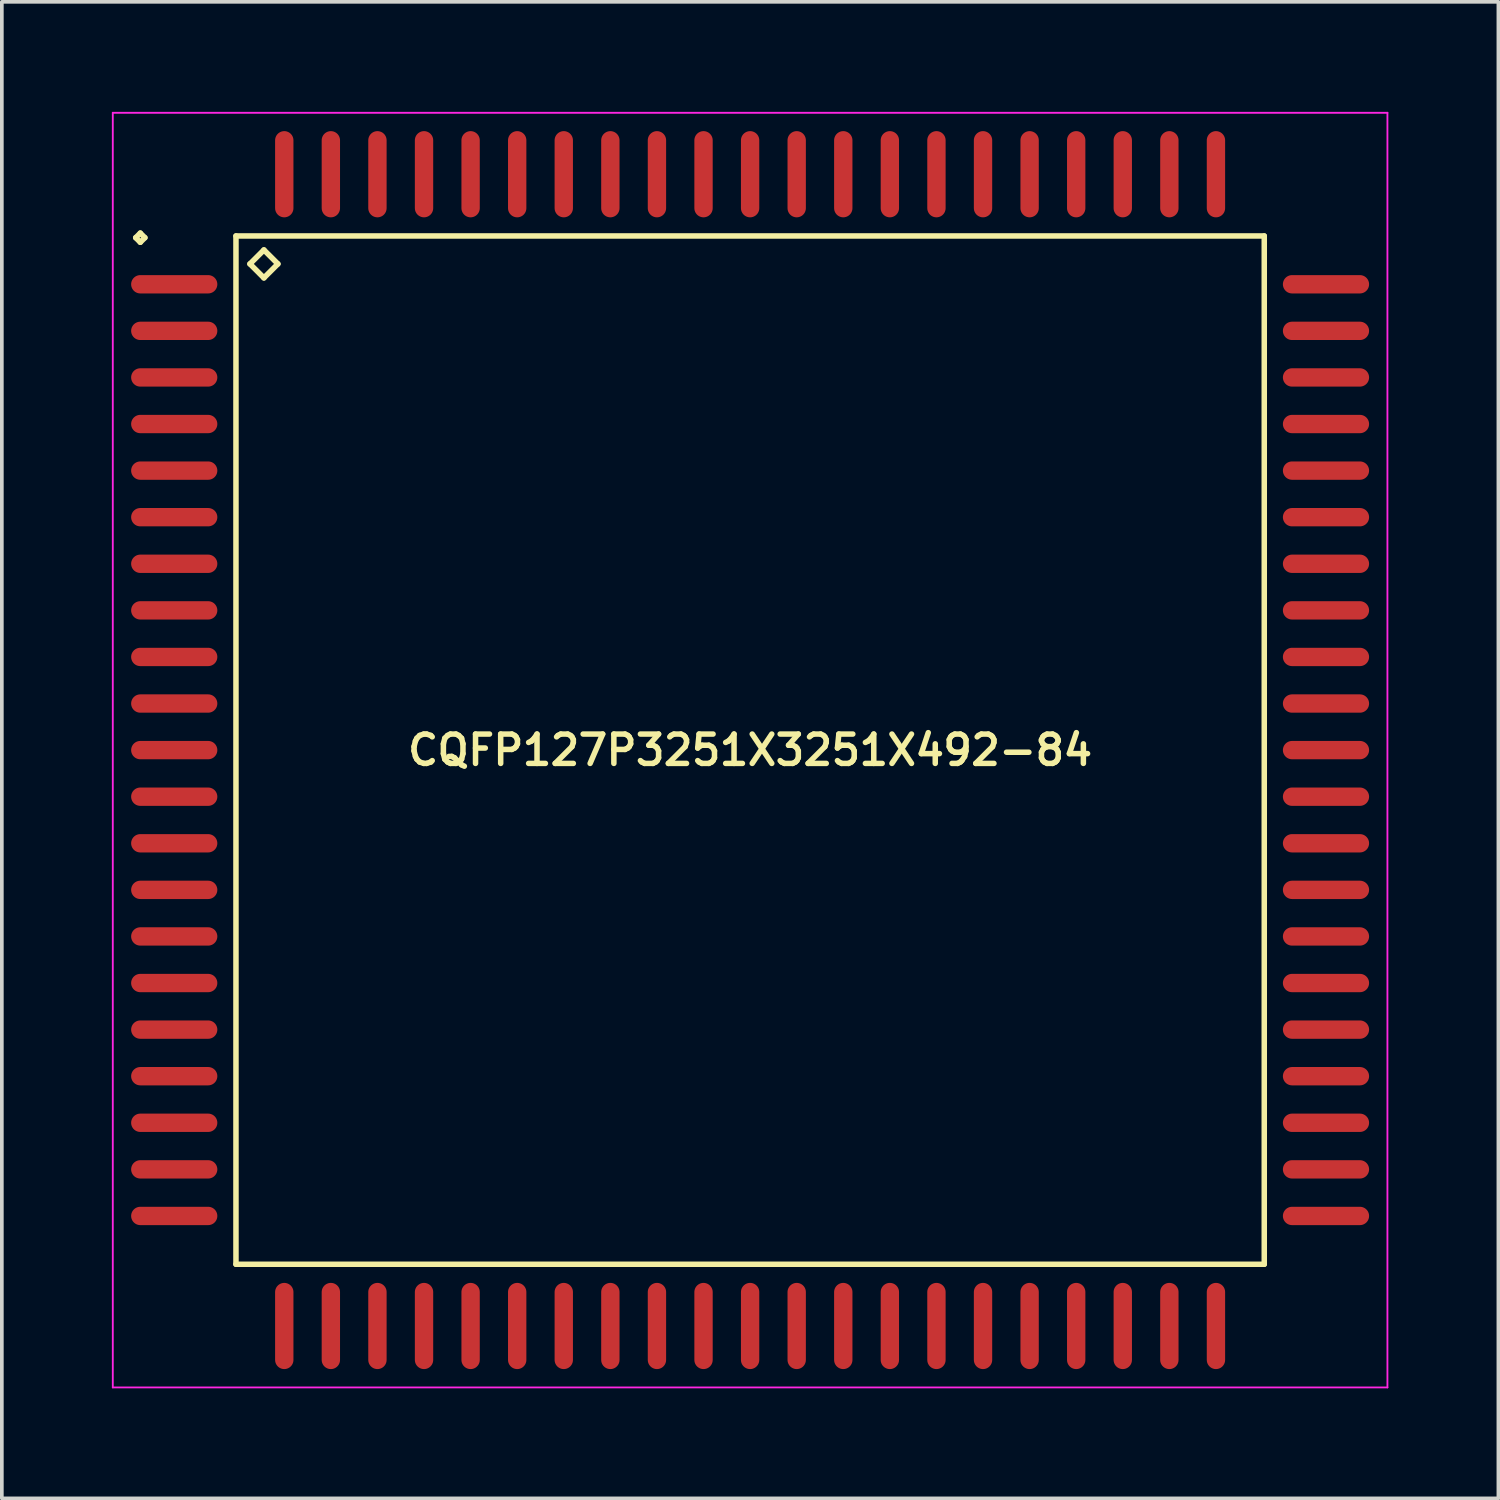
<source format=kicad_pcb>
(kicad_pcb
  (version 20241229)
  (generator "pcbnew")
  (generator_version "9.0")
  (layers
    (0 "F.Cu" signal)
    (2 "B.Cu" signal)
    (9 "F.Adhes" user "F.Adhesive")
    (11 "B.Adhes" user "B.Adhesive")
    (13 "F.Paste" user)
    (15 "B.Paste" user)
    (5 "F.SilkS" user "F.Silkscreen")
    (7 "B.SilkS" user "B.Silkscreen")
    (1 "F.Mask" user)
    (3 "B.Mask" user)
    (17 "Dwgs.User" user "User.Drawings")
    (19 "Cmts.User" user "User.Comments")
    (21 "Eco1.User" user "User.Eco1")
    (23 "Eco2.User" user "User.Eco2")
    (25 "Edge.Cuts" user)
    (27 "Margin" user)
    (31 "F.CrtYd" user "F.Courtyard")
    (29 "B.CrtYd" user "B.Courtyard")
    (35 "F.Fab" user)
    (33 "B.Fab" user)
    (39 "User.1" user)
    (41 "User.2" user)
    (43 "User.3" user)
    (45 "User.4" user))
  (footprint "CQFP127P3251X3251X492-84"
    (layer "F.Cu")
    (at 17.4 17.4)
    (property "Reference" "CQFP127P3251X3251X492-84" (at 0 0 0) (layer "F.SilkS") (effects (font (size 0.8 0.8) (thickness 0.15))))
    (attr smd)
    (fp_line (start -16.75 -13.97) (end -16.625 -14.095) (stroke (width 0.15) (type solid)) (layer "F.SilkS"))
    (fp_line (start -16.625 -14.095) (end -16.5 -13.97) (stroke (width 0.15) (type solid)) (layer "F.SilkS"))
    (fp_line (start -16.625 -13.845) (end -16.75 -13.97) (stroke (width 0.15) (type solid)) (layer "F.SilkS"))
    (fp_line (start -16.5 -13.97) (end -16.625 -13.845) (stroke (width 0.15) (type solid)) (layer "F.SilkS"))
    (fp_line (start -14.017 -14.017) (end -14.017 14.017) (stroke (width 0.15) (type solid)) (layer "F.SilkS"))
    (fp_line (start -14.017 14.017) (end 14.017 14.017) (stroke (width 0.15) (type solid)) (layer "F.SilkS"))
    (fp_line (start -13.636 -13.255) (end -13.255 -13.636) (stroke (width 0.15) (type solid)) (layer "F.SilkS"))
    (fp_line (start -13.255 -13.636) (end -12.874 -13.255) (stroke (width 0.15) (type solid)) (layer "F.SilkS"))
    (fp_line (start -13.255 -12.874) (end -13.636 -13.255) (stroke (width 0.15) (type solid)) (layer "F.SilkS"))
    (fp_line (start -12.874 -13.255) (end -13.255 -12.874) (stroke (width 0.15) (type solid)) (layer "F.SilkS"))
    (fp_line (start 14.017 -14.017) (end -14.017 -14.017) (stroke (width 0.15) (type solid)) (layer "F.SilkS"))
    (fp_line (start 14.017 14.017) (end 14.017 -14.017) (stroke (width 0.15) (type solid)) (layer "F.SilkS"))
    (fp_line (start -17.375 -17.375) (end 17.375 -17.375) (stroke (width 0.05) (type solid)) (layer "F.CrtYd"))
    (fp_line (start -17.375 17.375) (end -17.375 -17.375) (stroke (width 0.05) (type solid)) (layer "F.CrtYd"))
    (fp_line (start 17.375 -17.375) (end 17.375 17.375) (stroke (width 0.05) (type solid)) (layer "F.CrtYd"))
    (fp_line (start 17.375 17.375) (end -17.375 17.375) (stroke (width 0.05) (type solid)) (layer "F.CrtYd"))
    (pad "1" smd oval (at -15.7 -12.7) (size 2.35 0.5) (layers "F.Cu" "F.Mask" "F.Paste"))
    (pad "2" smd oval (at -15.7 -11.43) (size 2.35 0.5) (layers "F.Cu" "F.Mask" "F.Paste"))
    (pad "3" smd oval (at -15.7 -10.16) (size 2.35 0.5) (layers "F.Cu" "F.Mask" "F.Paste"))
    (pad "4" smd oval (at -15.7 -8.89) (size 2.35 0.5) (layers "F.Cu" "F.Mask" "F.Paste"))
    (pad "5" smd oval (at -15.7 -7.62) (size 2.35 0.5) (layers "F.Cu" "F.Mask" "F.Paste"))
    (pad "6" smd oval (at -15.7 -6.35) (size 2.35 0.5) (layers "F.Cu" "F.Mask" "F.Paste"))
    (pad "7" smd oval (at -15.7 -5.08) (size 2.35 0.5) (layers "F.Cu" "F.Mask" "F.Paste"))
    (pad "8" smd oval (at -15.7 -3.81) (size 2.35 0.5) (layers "F.Cu" "F.Mask" "F.Paste"))
    (pad "9" smd oval (at -15.7 -2.54) (size 2.35 0.5) (layers "F.Cu" "F.Mask" "F.Paste"))
    (pad "10" smd oval (at -15.7 -1.27) (size 2.35 0.5) (layers "F.Cu" "F.Mask" "F.Paste"))
    (pad "11" smd oval (at -15.7 0) (size 2.35 0.5) (layers "F.Cu" "F.Mask" "F.Paste"))
    (pad "12" smd oval (at -15.7 1.27) (size 2.35 0.5) (layers "F.Cu" "F.Mask" "F.Paste"))
    (pad "13" smd oval (at -15.7 2.54) (size 2.35 0.5) (layers "F.Cu" "F.Mask" "F.Paste"))
    (pad "14" smd oval (at -15.7 3.81) (size 2.35 0.5) (layers "F.Cu" "F.Mask" "F.Paste"))
    (pad "15" smd oval (at -15.7 5.08) (size 2.35 0.5) (layers "F.Cu" "F.Mask" "F.Paste"))
    (pad "16" smd oval (at -15.7 6.35) (size 2.35 0.5) (layers "F.Cu" "F.Mask" "F.Paste"))
    (pad "17" smd oval (at -15.7 7.62) (size 2.35 0.5) (layers "F.Cu" "F.Mask" "F.Paste"))
    (pad "18" smd oval (at -15.7 8.89) (size 2.35 0.5) (layers "F.Cu" "F.Mask" "F.Paste"))
    (pad "19" smd oval (at -15.7 10.16) (size 2.35 0.5) (layers "F.Cu" "F.Mask" "F.Paste"))
    (pad "20" smd oval (at -15.7 11.43) (size 2.35 0.5) (layers "F.Cu" "F.Mask" "F.Paste"))
    (pad "21" smd oval (at -15.7 12.7) (size 2.35 0.5) (layers "F.Cu" "F.Mask" "F.Paste"))
    (pad "22" smd oval (at -12.7 15.7) (size 0.5 2.35) (layers "F.Cu" "F.Mask" "F.Paste"))
    (pad "23" smd oval (at -11.43 15.7) (size 0.5 2.35) (layers "F.Cu" "F.Mask" "F.Paste"))
    (pad "24" smd oval (at -10.16 15.7) (size 0.5 2.35) (layers "F.Cu" "F.Mask" "F.Paste"))
    (pad "25" smd oval (at -8.89 15.7) (size 0.5 2.35) (layers "F.Cu" "F.Mask" "F.Paste"))
    (pad "26" smd oval (at -7.62 15.7) (size 0.5 2.35) (layers "F.Cu" "F.Mask" "F.Paste"))
    (pad "27" smd oval (at -6.35 15.7) (size 0.5 2.35) (layers "F.Cu" "F.Mask" "F.Paste"))
    (pad "28" smd oval (at -5.08 15.7) (size 0.5 2.35) (layers "F.Cu" "F.Mask" "F.Paste"))
    (pad "29" smd oval (at -3.81 15.7) (size 0.5 2.35) (layers "F.Cu" "F.Mask" "F.Paste"))
    (pad "30" smd oval (at -2.54 15.7) (size 0.5 2.35) (layers "F.Cu" "F.Mask" "F.Paste"))
    (pad "31" smd oval (at -1.27 15.7) (size 0.5 2.35) (layers "F.Cu" "F.Mask" "F.Paste"))
    (pad "32" smd oval (at 0 15.7) (size 0.5 2.35) (layers "F.Cu" "F.Mask" "F.Paste"))
    (pad "33" smd oval (at 1.27 15.7) (size 0.5 2.35) (layers "F.Cu" "F.Mask" "F.Paste"))
    (pad "34" smd oval (at 2.54 15.7) (size 0.5 2.35) (layers "F.Cu" "F.Mask" "F.Paste"))
    (pad "35" smd oval (at 3.81 15.7) (size 0.5 2.35) (layers "F.Cu" "F.Mask" "F.Paste"))
    (pad "36" smd oval (at 5.08 15.7) (size 0.5 2.35) (layers "F.Cu" "F.Mask" "F.Paste"))
    (pad "37" smd oval (at 6.35 15.7) (size 0.5 2.35) (layers "F.Cu" "F.Mask" "F.Paste"))
    (pad "38" smd oval (at 7.62 15.7) (size 0.5 2.35) (layers "F.Cu" "F.Mask" "F.Paste"))
    (pad "39" smd oval (at 8.89 15.7) (size 0.5 2.35) (layers "F.Cu" "F.Mask" "F.Paste"))
    (pad "40" smd oval (at 10.16 15.7) (size 0.5 2.35) (layers "F.Cu" "F.Mask" "F.Paste"))
    (pad "41" smd oval (at 11.43 15.7) (size 0.5 2.35) (layers "F.Cu" "F.Mask" "F.Paste"))
    (pad "42" smd oval (at 12.7 15.7) (size 0.5 2.35) (layers "F.Cu" "F.Mask" "F.Paste"))
    (pad "43" smd oval (at 15.7 12.7) (size 2.35 0.5) (layers "F.Cu" "F.Mask" "F.Paste"))
    (pad "44" smd oval (at 15.7 11.43) (size 2.35 0.5) (layers "F.Cu" "F.Mask" "F.Paste"))
    (pad "45" smd oval (at 15.7 10.16) (size 2.35 0.5) (layers "F.Cu" "F.Mask" "F.Paste"))
    (pad "46" smd oval (at 15.7 8.89) (size 2.35 0.5) (layers "F.Cu" "F.Mask" "F.Paste"))
    (pad "47" smd oval (at 15.7 7.62) (size 2.35 0.5) (layers "F.Cu" "F.Mask" "F.Paste"))
    (pad "48" smd oval (at 15.7 6.35) (size 2.35 0.5) (layers "F.Cu" "F.Mask" "F.Paste"))
    (pad "49" smd oval (at 15.7 5.08) (size 2.35 0.5) (layers "F.Cu" "F.Mask" "F.Paste"))
    (pad "50" smd oval (at 15.7 3.81) (size 2.35 0.5) (layers "F.Cu" "F.Mask" "F.Paste"))
    (pad "51" smd oval (at 15.7 2.54) (size 2.35 0.5) (layers "F.Cu" "F.Mask" "F.Paste"))
    (pad "52" smd oval (at 15.7 1.27) (size 2.35 0.5) (layers "F.Cu" "F.Mask" "F.Paste"))
    (pad "53" smd oval (at 15.7 0) (size 2.35 0.5) (layers "F.Cu" "F.Mask" "F.Paste"))
    (pad "54" smd oval (at 15.7 -1.27) (size 2.35 0.5) (layers "F.Cu" "F.Mask" "F.Paste"))
    (pad "55" smd oval (at 15.7 -2.54) (size 2.35 0.5) (layers "F.Cu" "F.Mask" "F.Paste"))
    (pad "56" smd oval (at 15.7 -3.81) (size 2.35 0.5) (layers "F.Cu" "F.Mask" "F.Paste"))
    (pad "57" smd oval (at 15.7 -5.08) (size 2.35 0.5) (layers "F.Cu" "F.Mask" "F.Paste"))
    (pad "58" smd oval (at 15.7 -6.35) (size 2.35 0.5) (layers "F.Cu" "F.Mask" "F.Paste"))
    (pad "59" smd oval (at 15.7 -7.62) (size 2.35 0.5) (layers "F.Cu" "F.Mask" "F.Paste"))
    (pad "60" smd oval (at 15.7 -8.89) (size 2.35 0.5) (layers "F.Cu" "F.Mask" "F.Paste"))
    (pad "61" smd oval (at 15.7 -10.16) (size 2.35 0.5) (layers "F.Cu" "F.Mask" "F.Paste"))
    (pad "62" smd oval (at 15.7 -11.43) (size 2.35 0.5) (layers "F.Cu" "F.Mask" "F.Paste"))
    (pad "63" smd oval (at 15.7 -12.7) (size 2.35 0.5) (layers "F.Cu" "F.Mask" "F.Paste"))
    (pad "64" smd oval (at 12.7 -15.7) (size 0.5 2.35) (layers "F.Cu" "F.Mask" "F.Paste"))
    (pad "65" smd oval (at 11.43 -15.7) (size 0.5 2.35) (layers "F.Cu" "F.Mask" "F.Paste"))
    (pad "66" smd oval (at 10.16 -15.7) (size 0.5 2.35) (layers "F.Cu" "F.Mask" "F.Paste"))
    (pad "67" smd oval (at 8.89 -15.7) (size 0.5 2.35) (layers "F.Cu" "F.Mask" "F.Paste"))
    (pad "68" smd oval (at 7.62 -15.7) (size 0.5 2.35) (layers "F.Cu" "F.Mask" "F.Paste"))
    (pad "69" smd oval (at 6.35 -15.7) (size 0.5 2.35) (layers "F.Cu" "F.Mask" "F.Paste"))
    (pad "70" smd oval (at 5.08 -15.7) (size 0.5 2.35) (layers "F.Cu" "F.Mask" "F.Paste"))
    (pad "71" smd oval (at 3.81 -15.7) (size 0.5 2.35) (layers "F.Cu" "F.Mask" "F.Paste"))
    (pad "72" smd oval (at 2.54 -15.7) (size 0.5 2.35) (layers "F.Cu" "F.Mask" "F.Paste"))
    (pad "73" smd oval (at 1.27 -15.7) (size 0.5 2.35) (layers "F.Cu" "F.Mask" "F.Paste"))
    (pad "74" smd oval (at 0 -15.7) (size 0.5 2.35) (layers "F.Cu" "F.Mask" "F.Paste"))
    (pad "75" smd oval (at -1.27 -15.7) (size 0.5 2.35) (layers "F.Cu" "F.Mask" "F.Paste"))
    (pad "76" smd oval (at -2.54 -15.7) (size 0.5 2.35) (layers "F.Cu" "F.Mask" "F.Paste"))
    (pad "77" smd oval (at -3.81 -15.7) (size 0.5 2.35) (layers "F.Cu" "F.Mask" "F.Paste"))
    (pad "78" smd oval (at -5.08 -15.7) (size 0.5 2.35) (layers "F.Cu" "F.Mask" "F.Paste"))
    (pad "79" smd oval (at -6.35 -15.7) (size 0.5 2.35) (layers "F.Cu" "F.Mask" "F.Paste"))
    (pad "80" smd oval (at -7.62 -15.7) (size 0.5 2.35) (layers "F.Cu" "F.Mask" "F.Paste"))
    (pad "81" smd oval (at -8.89 -15.7) (size 0.5 2.35) (layers "F.Cu" "F.Mask" "F.Paste"))
    (pad "82" smd oval (at -10.16 -15.7) (size 0.5 2.35) (layers "F.Cu" "F.Mask" "F.Paste"))
    (pad "83" smd oval (at -11.43 -15.7) (size 0.5 2.35) (layers "F.Cu" "F.Mask" "F.Paste"))
    (pad "84" smd oval (at -12.7 -15.7) (size 0.5 2.35) (layers "F.Cu" "F.Mask" "F.Paste")))
  (gr_rect
    (start -3 -3)
    (end 37.8 37.8)
    (stroke (width 0.1) (type default))
    (fill no)
    (layer "Edge.Cuts")))
</source>
